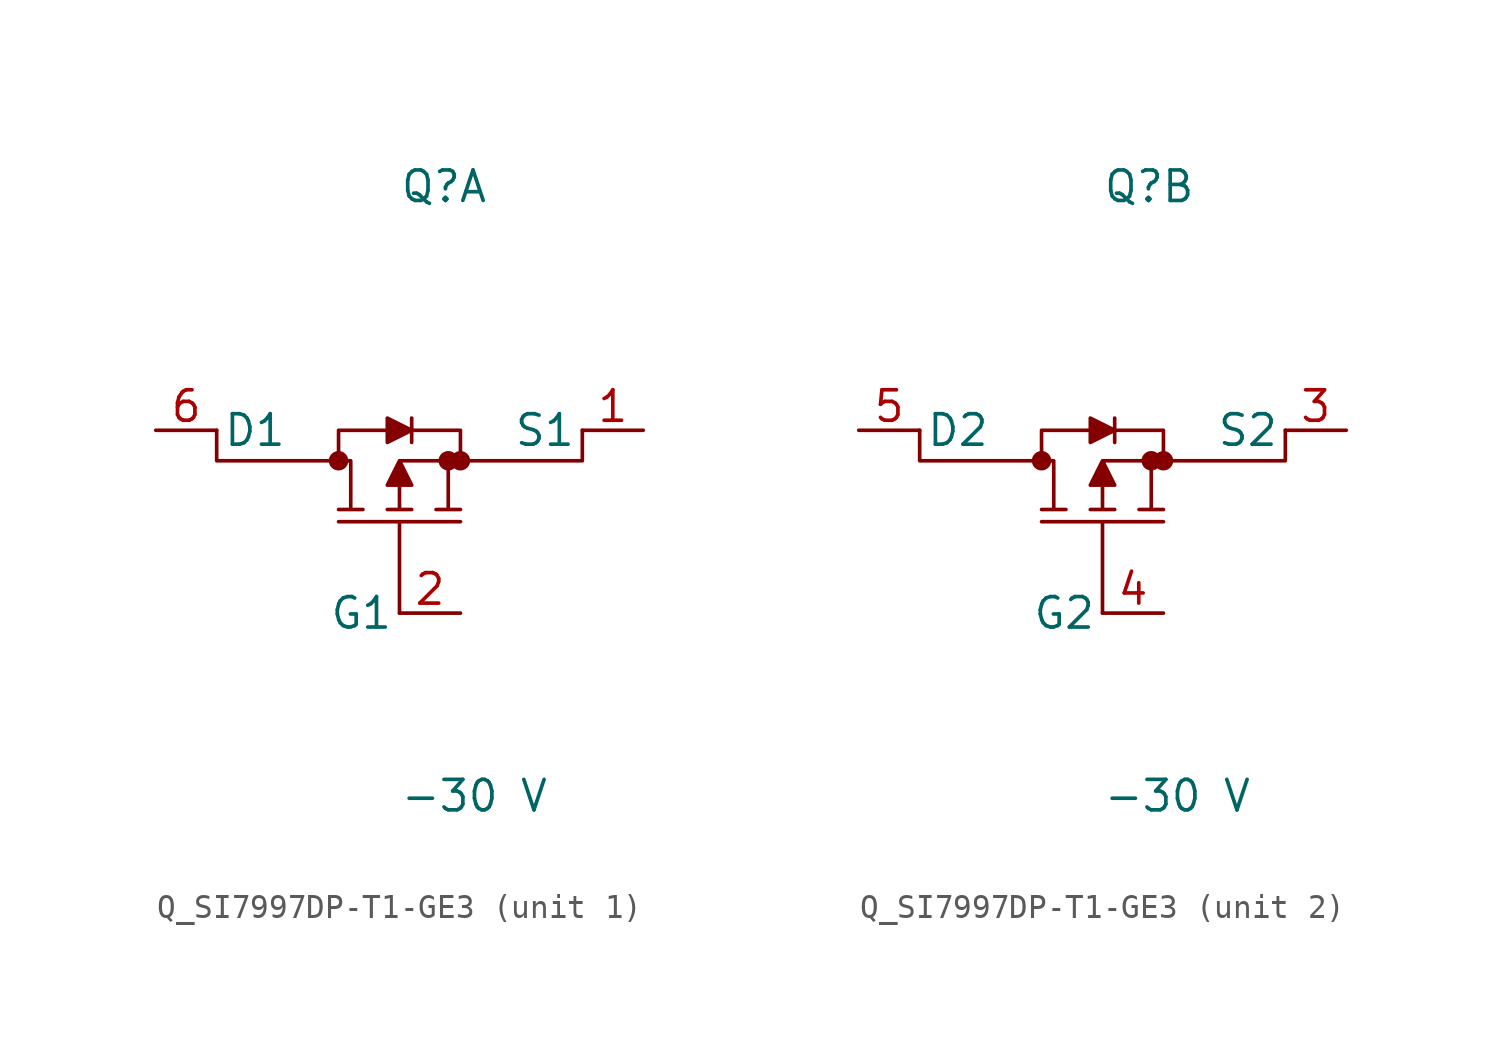
<source format=kicad_sym>
(kicad_symbol_lib
  (version 20231120)
  (generator kicad_symbol_editor)
  (generator_version 8.0)
  (symbol "Q_SI7997DP-T1-GE3"
    (pin_names
      (offset 0.254))
    (property "Reference" "Q"
      (at 0.0 12.7 0)
      (effects (font (size 1.27 1.27)) (justify left)))
    (property "Value" "-30 V"
      (at 0.0 -12.7 0)
      (effects (font (size 1.27 1.27)) (justify left)))
    (property "ki_locked" ""
      (at 0 0 0)
      (effects (font (size 1.27 1.27))))
    (symbol "Q_SI7997DP-T1-GE3_1_0"
      (polyline (pts (xy 0 -5.08) (xy 0 -1.27) (xy -2.54 -1.27) (xy 2.54 -1.27) (xy 0 -1.27) (xy 0 -5.08)) (stroke (width 0) (type default)) (fill (type none)))
      (polyline (pts (xy -7.62 2.54) (xy -7.62 1.27) (xy -2.54 1.27) (xy -2.032 1.27) (xy -2.032 -0.762) (xy -2.54 -0.762) (xy -1.524 -0.762) (xy -2.032 -0.762) (xy -2.032 1.27) (xy -2.54 1.27) (xy -2.54 2.54) (xy -0.508 2.54) (xy -0.508 2.032) (xy 0.508 2.54) (xy 0.508 2.032) (xy 0.508 2.54) (xy 2.54 2.54) (xy 2.54 1.27) (xy 0 1.27) (xy -0.508 0.254) (xy 0 0.254) (xy 0 -0.762) (xy -0.508 -0.762) (xy 0.508 -0.762) (xy 0 -0.762) (xy 0 0.254) (xy 0.508 0.254) (xy 0 1.27) (xy 2.032 1.27) (xy 2.032 -0.762) (xy 1.524 -0.762) (xy 2.54 -0.762) (xy 2.032 -0.762) (xy 2.032 1.27) (xy 2.54 1.27) (xy 7.62 1.27) (xy 7.62 2.54) (xy 7.62 1.27) (xy 2.54 1.27) (xy 2.54 2.54) (xy 0.508 2.54) (xy 0.508 3.048) (xy 0.508 2.54) (xy -0.508 3.048) (xy -0.508 2.54) (xy -2.54 2.54) (xy -2.54 1.27) (xy -7.62 1.27)) (stroke (width 0) (type default)) (fill (type outline)))
      (pin unspecified line (at 10.16 2.54 180) (length 2.54) (name "S1" (effects (font (size 1.27 1.27)))) (number "1" (effects (font (size 1.27 1.27)))))
      (pin unspecified line (at 2.54 -5.08 180) (length 2.54) (name "G1" (effects (font (size 1.27 1.27)))) (number "2" (effects (font (size 1.27 1.27)))))
      (pin unspecified line (at -10.16 2.54 0) (length 2.54) (name "D1" (effects (font (size 1.27 1.27)))) (number "6" (effects (font (size 1.27 1.27)))))
      (circle (center -2.54 1.27) (radius 0.025) (stroke (width 0.381) (type default)) (fill (type none)))
      (circle (center 2.032 1.27) (radius 0.025) (stroke (width 0.381) (type default)) (fill (type none)))
      (circle (center 2.54 1.27) (radius 0.025) (stroke (width 0.381) (type default)) (fill (type none))))
    (symbol "Q_SI7997DP-T1-GE3_2_0"
      (polyline (pts (xy 0 -5.08) (xy 0 -1.27) (xy -2.54 -1.27) (xy 2.54 -1.27) (xy 0 -1.27) (xy 0 -5.08)) (stroke (width 0) (type default)) (fill (type none)))
      (polyline (pts (xy -7.62 2.54) (xy -7.62 1.27) (xy -2.54 1.27) (xy -2.032 1.27) (xy -2.032 -0.762) (xy -2.54 -0.762) (xy -1.524 -0.762) (xy -2.032 -0.762) (xy -2.032 1.27) (xy -2.54 1.27) (xy -2.54 2.54) (xy -0.508 2.54) (xy -0.508 2.032) (xy 0.508 2.54) (xy 0.508 2.032) (xy 0.508 2.54) (xy 2.54 2.54) (xy 2.54 1.27) (xy 0 1.27) (xy -0.508 0.254) (xy 0 0.254) (xy 0 -0.762) (xy -0.508 -0.762) (xy 0.508 -0.762) (xy 0 -0.762) (xy 0 0.254) (xy 0.508 0.254) (xy 0 1.27) (xy 2.032 1.27) (xy 2.032 -0.762) (xy 1.524 -0.762) (xy 2.54 -0.762) (xy 2.032 -0.762) (xy 2.032 1.27) (xy 2.54 1.27) (xy 7.62 1.27) (xy 7.62 2.54) (xy 7.62 1.27) (xy 2.54 1.27) (xy 2.54 2.54) (xy 0.508 2.54) (xy 0.508 3.048) (xy 0.508 2.54) (xy -0.508 3.048) (xy -0.508 2.54) (xy -2.54 2.54) (xy -2.54 1.27) (xy -7.62 1.27)) (stroke (width 0) (type default)) (fill (type outline)))
      (pin unspecified line (at 10.16 2.54 180) (length 2.54) (name "S2" (effects (font (size 1.27 1.27)))) (number "3" (effects (font (size 1.27 1.27)))))
      (pin unspecified line (at 2.54 -5.08 180) (length 2.54) (name "G2" (effects (font (size 1.27 1.27)))) (number "4" (effects (font (size 1.27 1.27)))))
      (pin unspecified line (at -10.16 2.54 0) (length 2.54) (name "D2" (effects (font (size 1.27 1.27)))) (number "5" (effects (font (size 1.27 1.27)))))
      (circle (center -2.54 1.27) (radius 0.025) (stroke (width 0.381) (type default)) (fill (type none)))
      (circle (center 2.032 1.27) (radius 0.025) (stroke (width 0.381) (type default)) (fill (type none)))
      (circle (center 2.54 1.27) (radius 0.025) (stroke (width 0.381) (type default)) (fill (type none))))))
</source>
